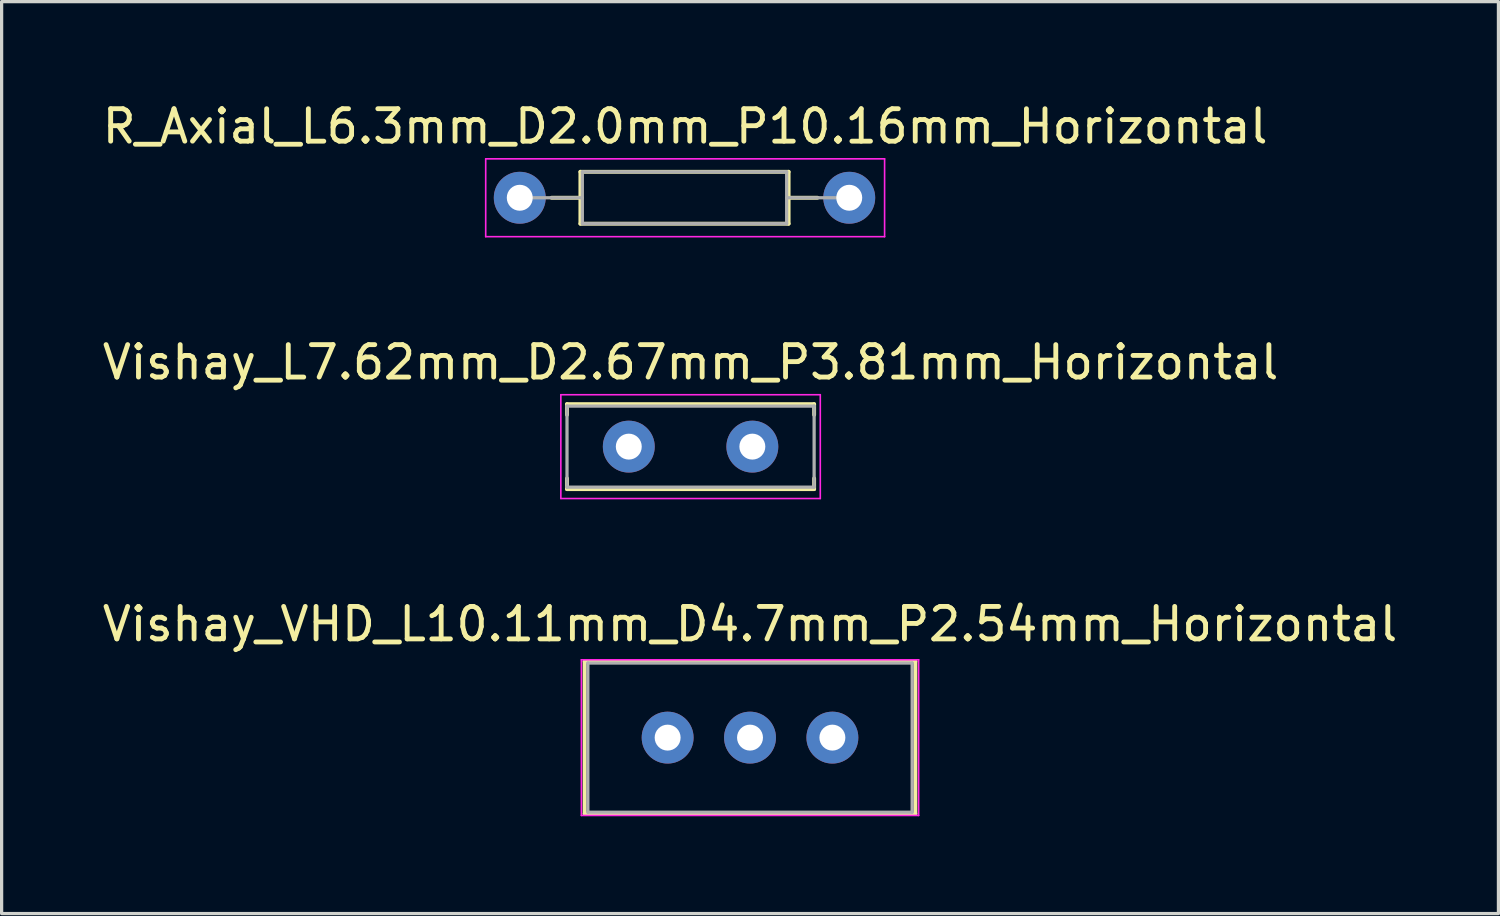
<source format=kicad_pcb>
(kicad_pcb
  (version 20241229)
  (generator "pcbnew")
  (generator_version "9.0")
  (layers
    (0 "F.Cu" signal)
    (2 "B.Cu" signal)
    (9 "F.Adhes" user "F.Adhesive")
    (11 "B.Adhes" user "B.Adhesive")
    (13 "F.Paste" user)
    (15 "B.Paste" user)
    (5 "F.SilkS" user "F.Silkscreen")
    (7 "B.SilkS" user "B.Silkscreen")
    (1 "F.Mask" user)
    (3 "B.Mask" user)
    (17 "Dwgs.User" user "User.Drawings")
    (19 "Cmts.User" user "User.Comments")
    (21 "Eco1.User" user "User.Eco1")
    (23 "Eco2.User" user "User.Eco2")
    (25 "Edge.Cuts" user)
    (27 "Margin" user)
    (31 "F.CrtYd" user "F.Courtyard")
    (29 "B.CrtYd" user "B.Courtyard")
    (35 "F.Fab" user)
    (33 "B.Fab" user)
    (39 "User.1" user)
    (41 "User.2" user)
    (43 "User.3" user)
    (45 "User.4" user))
  (footprint "Vishay_VHD_L10.11mm_D4.7mm_P2.54mm_Horizontal"
    (layer "F.Cu")
    (at 20.077 19.695)
    (property "Reference" "Vishay_VHD_L10.11mm_D4.7mm_P2.54mm_Horizontal" (at 0 -3.5 0) (layer "F.SilkS") (effects (font (size 1 1) (thickness 0.15))))
    (attr through_hole)
    (fp_line (start -5.1 -2.35) (end -5.1 2.35) (stroke (width 0.12) (type solid)) (layer "F.SilkS"))
    (fp_line (start -5.1 -2.35) (end 5.1 -2.35) (stroke (width 0.12) (type solid)) (layer "F.SilkS"))
    (fp_line (start -5.1 2.35) (end 5.1 2.35) (stroke (width 0.12) (type solid)) (layer "F.SilkS"))
    (fp_line (start 5.1 -2.35) (end 5.1 2.35) (stroke (width 0.12) (type solid)) (layer "F.SilkS"))
    (fp_line (start -5.2 -2.4) (end -5.2 2.4) (stroke (width 0.05) (type solid)) (layer "F.CrtYd"))
    (fp_line (start -5.2 -2.4) (end 5.2 -2.4) (stroke (width 0.05) (type solid)) (layer "F.CrtYd"))
    (fp_line (start -5.2 2.4) (end 5.2 2.4) (stroke (width 0.05) (type solid)) (layer "F.CrtYd"))
    (fp_line (start 5.2 -2.4) (end 5.2 2.4) (stroke (width 0.05) (type solid)) (layer "F.CrtYd"))
    (fp_line (start -5 -2.3) (end -5 2.3) (stroke (width 0.1) (type solid)) (layer "F.Fab"))
    (fp_line (start -5 -2.3) (end 5 -2.3) (stroke (width 0.1) (type solid)) (layer "F.Fab"))
    (fp_line (start -5 2.3) (end 5 2.3) (stroke (width 0.1) (type solid)) (layer "F.Fab"))
    (fp_line (start 5 2.3) (end 5 -2.3) (stroke (width 0.1) (type solid)) (layer "F.Fab"))
    (pad "1" thru_hole circle (at -2.54 0) (size 1.6 1.6) (drill 0.8) (layers "*.Cu" "*.Mask"))
    (pad "2" thru_hole oval (at 0 0) (size 1.6 1.6) (drill 0.8) (layers "*.Cu" "*.Mask"))
    (pad "3" thru_hole oval (at 2.54 0) (size 1.6 1.6) (drill 0.8) (layers "*.Cu" "*.Mask")))
  (footprint "Vishay_L7.62mm_D2.67mm_P3.81mm_Horizontal"
    (layer "F.Cu")
    (at 18.244 10.722)
    (property "Reference" "Vishay_L7.62mm_D2.67mm_P3.81mm_Horizontal" (at 0 -2.6 0) (layer "F.SilkS") (effects (font (size 1 1) (thickness 0.15))))
    (attr through_hole)
    (fp_line (start -3.81 -1.31) (end 3.81 -1.31) (stroke (width 0.12) (type solid)) (layer "F.SilkS"))
    (fp_line (start -3.81 -0.98) (end -3.81 -1.31) (stroke (width 0.12) (type solid)) (layer "F.SilkS"))
    (fp_line (start -3.81 0.98) (end -3.81 1.31) (stroke (width 0.12) (type solid)) (layer "F.SilkS"))
    (fp_line (start -3.81 1.31) (end 3.81 1.31) (stroke (width 0.12) (type solid)) (layer "F.SilkS"))
    (fp_line (start 3.81 -1.31) (end 3.81 -0.98) (stroke (width 0.12) (type solid)) (layer "F.SilkS"))
    (fp_line (start 3.81 1.31) (end 3.81 0.98) (stroke (width 0.12) (type solid)) (layer "F.SilkS"))
    (fp_line (start -4 -1.6) (end -4 1.6) (stroke (width 0.05) (type solid)) (layer "F.CrtYd"))
    (fp_line (start -4 -1.6) (end 4 -1.6) (stroke (width 0.05) (type solid)) (layer "F.CrtYd"))
    (fp_line (start -4 1.6) (end 4 1.6) (stroke (width 0.05) (type solid)) (layer "F.CrtYd"))
    (fp_line (start 4 1.6) (end 4 -1.6) (stroke (width 0.05) (type solid)) (layer "F.CrtYd"))
    (fp_line (start -3.81 -1.25) (end -3.81 1.25) (stroke (width 0.1) (type solid)) (layer "F.Fab"))
    (fp_line (start -3.81 -1.25) (end 3.81 -1.25) (stroke (width 0.1) (type solid)) (layer "F.Fab"))
    (fp_line (start -3.81 1.25) (end 3.81 1.25) (stroke (width 0.1) (type solid)) (layer "F.Fab"))
    (fp_line (start 3.81 1.25) (end 3.81 -1.25) (stroke (width 0.1) (type solid)) (layer "F.Fab"))
    (pad "1" thru_hole circle (at -1.905 0) (size 1.6 1.6) (drill 0.8) (layers "*.Cu" "*.Mask"))
    (pad "2" thru_hole oval (at 1.905 0) (size 1.6 1.6) (drill 0.8) (layers "*.Cu" "*.Mask")))
  (footprint "R_Axial_L6.3mm_D2.0mm_P10.16mm_Horizontal"
    (layer "F.Cu")
    (at 12.977 3.048)
    (property "Reference" "R_Axial_L6.3mm_D2.0mm_P10.16mm_Horizontal" (at 5.1 -2.2 0) (layer "F.SilkS") (effects (font (size 1 1) (thickness 0.15))))
    (attr through_hole)
    (fp_line (start 0.98 0) (end 1.87 0) (stroke (width 0.12) (type solid)) (layer "F.SilkS"))
    (fp_line (start 1.87 -0.8) (end 1.87 0.8) (stroke (width 0.12) (type solid)) (layer "F.SilkS"))
    (fp_line (start 1.87 0.8) (end 8.29 0.8) (stroke (width 0.12) (type solid)) (layer "F.SilkS"))
    (fp_line (start 8.29 -0.8) (end 1.87 -0.8) (stroke (width 0.12) (type solid)) (layer "F.SilkS"))
    (fp_line (start 8.29 0.8) (end 8.29 -0.8) (stroke (width 0.12) (type solid)) (layer "F.SilkS"))
    (fp_line (start 9.18 0) (end 8.29 0) (stroke (width 0.12) (type solid)) (layer "F.SilkS"))
    (fp_line (start -1.05 -1.2) (end -1.05 1.2) (stroke (width 0.05) (type solid)) (layer "F.CrtYd"))
    (fp_line (start -1.05 1.2) (end 11.25 1.2) (stroke (width 0.05) (type solid)) (layer "F.CrtYd"))
    (fp_line (start 11.25 -1.2) (end -1.05 -1.2) (stroke (width 0.05) (type solid)) (layer "F.CrtYd"))
    (fp_line (start 11.25 1.2) (end 11.25 -1.2) (stroke (width 0.05) (type solid)) (layer "F.CrtYd"))
    (fp_line (start 0 0) (end 1.93 0) (stroke (width 0.1) (type solid)) (layer "F.Fab"))
    (fp_line (start 1.93 -0.8) (end 1.93 0.8) (stroke (width 0.1) (type solid)) (layer "F.Fab"))
    (fp_line (start 1.93 0.8) (end 8.23 0.8) (stroke (width 0.1) (type solid)) (layer "F.Fab"))
    (fp_line (start 8.23 -0.8) (end 1.93 -0.8) (stroke (width 0.1) (type solid)) (layer "F.Fab"))
    (fp_line (start 8.23 0.8) (end 8.23 -0.8) (stroke (width 0.1) (type solid)) (layer "F.Fab"))
    (fp_line (start 10.16 0) (end 8.23 0) (stroke (width 0.1) (type solid)) (layer "F.Fab"))
    (pad "1" thru_hole circle (at 0 0) (size 1.6 1.6) (drill 0.8) (layers "*.Cu" "*.Mask"))
    (pad "2" thru_hole oval (at 10.16 0) (size 1.6 1.6) (drill 0.8) (layers "*.Cu" "*.Mask")))
  (gr_rect
    (start -3 -3)
    (end 43.155 25.12)
    (stroke (width 0.1) (type default))
    (fill no)
    (layer "Edge.Cuts")))
</source>
